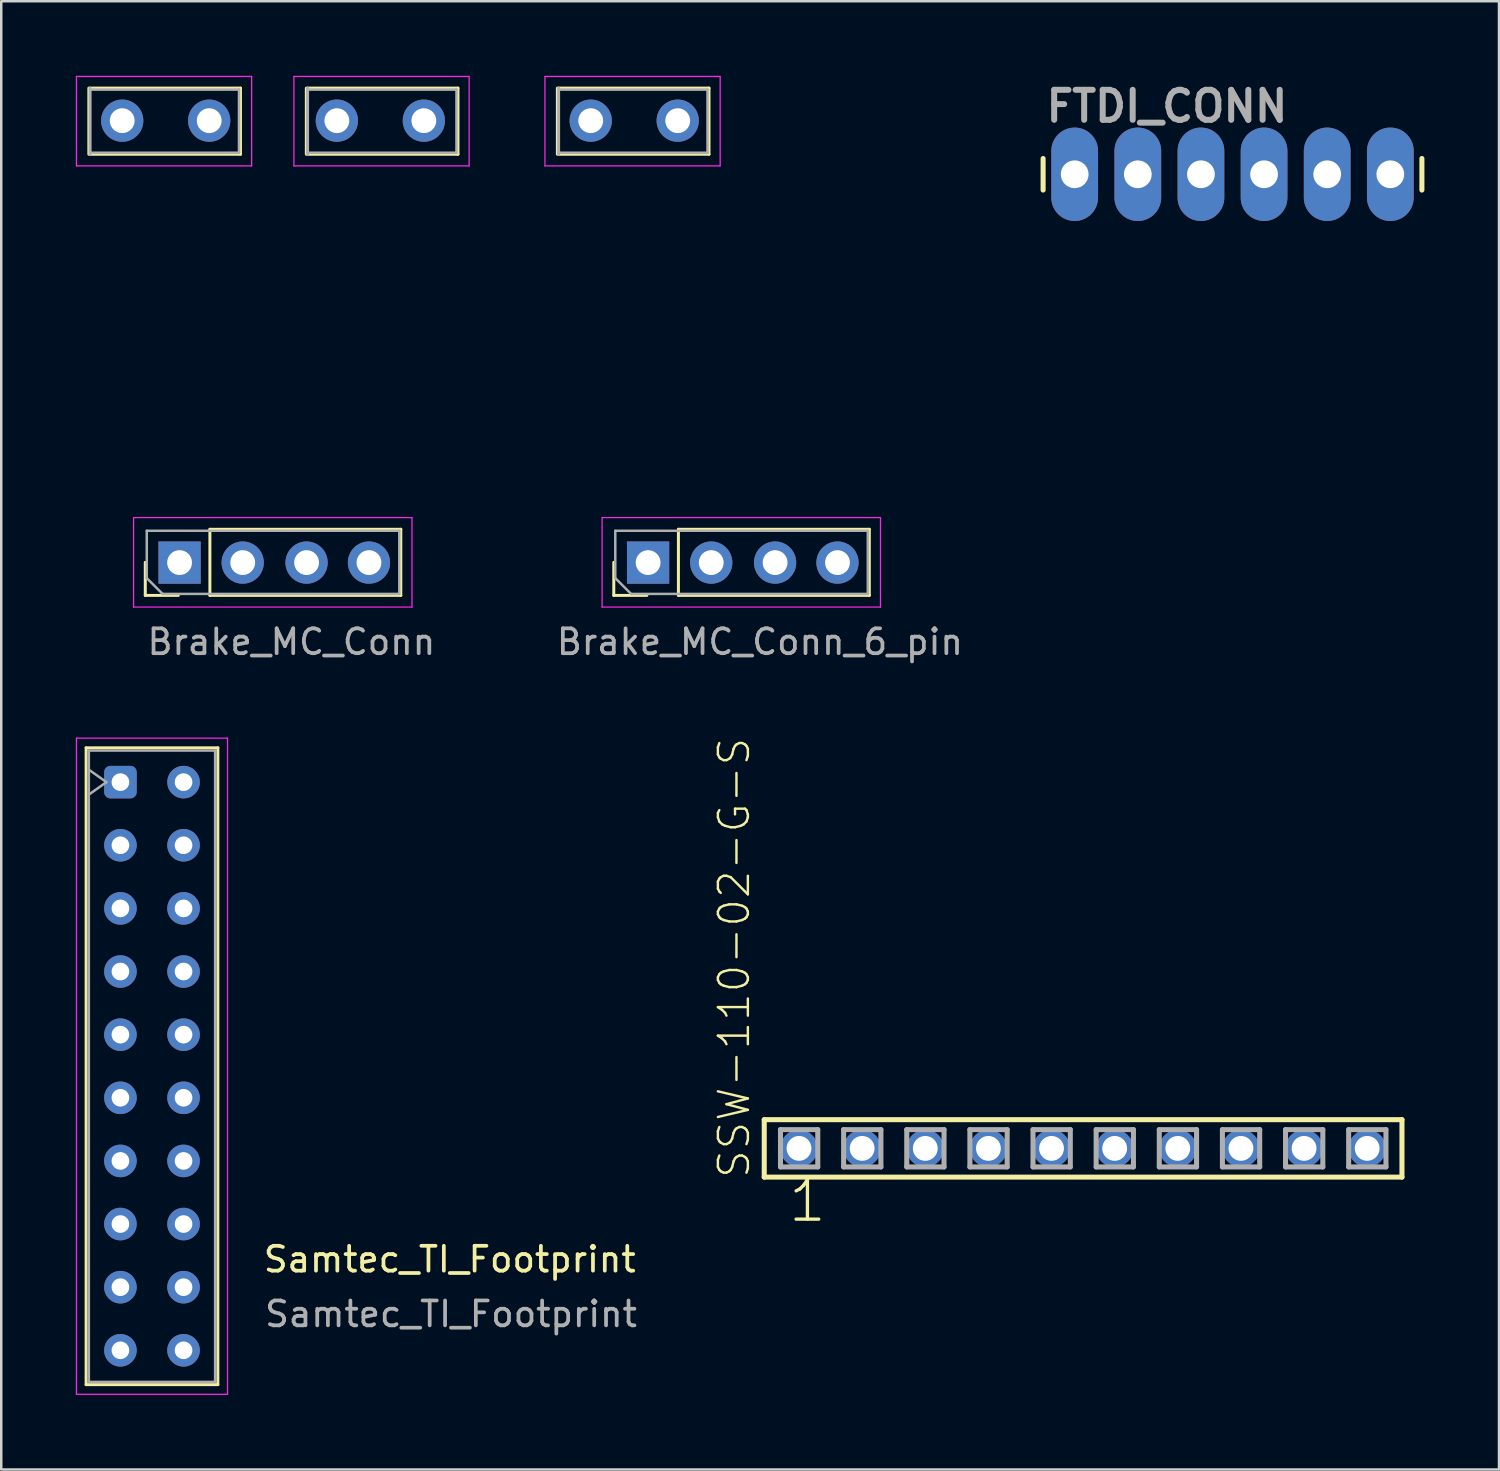
<source format=kicad_pcb>
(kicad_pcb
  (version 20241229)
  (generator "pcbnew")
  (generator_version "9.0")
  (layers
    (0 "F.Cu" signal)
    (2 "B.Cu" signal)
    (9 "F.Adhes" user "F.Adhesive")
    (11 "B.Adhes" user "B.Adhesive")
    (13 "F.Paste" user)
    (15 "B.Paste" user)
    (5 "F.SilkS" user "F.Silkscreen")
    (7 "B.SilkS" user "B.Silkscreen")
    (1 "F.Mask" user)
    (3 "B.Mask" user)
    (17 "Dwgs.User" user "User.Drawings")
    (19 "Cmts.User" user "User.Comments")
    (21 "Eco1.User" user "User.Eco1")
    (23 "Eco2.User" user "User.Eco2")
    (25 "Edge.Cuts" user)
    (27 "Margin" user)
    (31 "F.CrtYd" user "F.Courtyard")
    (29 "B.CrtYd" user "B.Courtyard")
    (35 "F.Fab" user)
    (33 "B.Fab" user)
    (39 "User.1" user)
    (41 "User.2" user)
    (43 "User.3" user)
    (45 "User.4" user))
  (footprint "SSW-110-02-G-S"
    (layer "F.Cu")
    (at 40.527 43.154)
    (property "Reference" "SSW-110-02-G-S" (at -13.335 1.27 270) (layer "F.SilkS") (effects (font (size 1.206 1.206) (thickness 0.097)) (justify left bottom)))
    (attr through_hole)
    (fp_line (start -12.829 -1.155) (end 12.829 -1.155) (stroke (width 0.203) (type solid)) (layer "F.SilkS"))
    (fp_line (start -12.829 1.155) (end -12.829 -1.155) (stroke (width 0.203) (type solid)) (layer "F.SilkS"))
    (fp_line (start 12.829 -1.155) (end 12.829 1.155) (stroke (width 0.203) (type solid)) (layer "F.SilkS"))
    (fp_line (start 12.829 1.155) (end -12.829 1.155) (stroke (width 0.203) (type solid)) (layer "F.SilkS"))
    (fp_line (start -12.175 -0.755) (end -10.675 -0.755) (stroke (width 0.203) (type solid)) (layer "F.Fab"))
    (fp_line (start -12.175 0.745) (end -12.175 -0.755) (stroke (width 0.203) (type solid)) (layer "F.Fab"))
    (fp_line (start -10.675 -0.755) (end -10.675 0.745) (stroke (width 0.203) (type solid)) (layer "F.Fab"))
    (fp_line (start -10.675 0.745) (end -12.175 0.745) (stroke (width 0.203) (type solid)) (layer "F.Fab"))
    (fp_line (start -9.635 -0.755) (end -8.135 -0.755) (stroke (width 0.203) (type solid)) (layer "F.Fab"))
    (fp_line (start -9.635 0.745) (end -9.635 -0.755) (stroke (width 0.203) (type solid)) (layer "F.Fab"))
    (fp_line (start -8.135 -0.755) (end -8.135 0.745) (stroke (width 0.203) (type solid)) (layer "F.Fab"))
    (fp_line (start -8.135 0.745) (end -9.635 0.745) (stroke (width 0.203) (type solid)) (layer "F.Fab"))
    (fp_line (start -7.095 -0.755) (end -5.595 -0.755) (stroke (width 0.203) (type solid)) (layer "F.Fab"))
    (fp_line (start -7.095 0.745) (end -7.095 -0.755) (stroke (width 0.203) (type solid)) (layer "F.Fab"))
    (fp_line (start -5.595 -0.755) (end -5.595 0.745) (stroke (width 0.203) (type solid)) (layer "F.Fab"))
    (fp_line (start -5.595 0.745) (end -7.095 0.745) (stroke (width 0.203) (type solid)) (layer "F.Fab"))
    (fp_line (start -4.555 -0.755) (end -3.055 -0.755) (stroke (width 0.203) (type solid)) (layer "F.Fab"))
    (fp_line (start -4.555 0.745) (end -4.555 -0.755) (stroke (width 0.203) (type solid)) (layer "F.Fab"))
    (fp_line (start -3.055 -0.755) (end -3.055 0.745) (stroke (width 0.203) (type solid)) (layer "F.Fab"))
    (fp_line (start -3.055 0.745) (end -4.555 0.745) (stroke (width 0.203) (type solid)) (layer "F.Fab"))
    (fp_line (start -2.015 -0.755) (end -0.515 -0.755) (stroke (width 0.203) (type solid)) (layer "F.Fab"))
    (fp_line (start -2.015 0.745) (end -2.015 -0.755) (stroke (width 0.203) (type solid)) (layer "F.Fab"))
    (fp_line (start -0.515 -0.755) (end -0.515 0.745) (stroke (width 0.203) (type solid)) (layer "F.Fab"))
    (fp_line (start -0.515 0.745) (end -2.015 0.745) (stroke (width 0.203) (type solid)) (layer "F.Fab"))
    (fp_line (start 0.525 -0.755) (end 2.025 -0.755) (stroke (width 0.203) (type solid)) (layer "F.Fab"))
    (fp_line (start 0.525 0.745) (end 0.525 -0.755) (stroke (width 0.203) (type solid)) (layer "F.Fab"))
    (fp_line (start 2.025 -0.755) (end 2.025 0.745) (stroke (width 0.203) (type solid)) (layer "F.Fab"))
    (fp_line (start 2.025 0.745) (end 0.525 0.745) (stroke (width 0.203) (type solid)) (layer "F.Fab"))
    (fp_line (start 3.065 -0.755) (end 4.565 -0.755) (stroke (width 0.203) (type solid)) (layer "F.Fab"))
    (fp_line (start 3.065 0.745) (end 3.065 -0.755) (stroke (width 0.203) (type solid)) (layer "F.Fab"))
    (fp_line (start 4.565 -0.755) (end 4.565 0.745) (stroke (width 0.203) (type solid)) (layer "F.Fab"))
    (fp_line (start 4.565 0.745) (end 3.065 0.745) (stroke (width 0.203) (type solid)) (layer "F.Fab"))
    (fp_line (start 5.605 -0.755) (end 7.105 -0.755) (stroke (width 0.203) (type solid)) (layer "F.Fab"))
    (fp_line (start 5.605 0.745) (end 5.605 -0.755) (stroke (width 0.203) (type solid)) (layer "F.Fab"))
    (fp_line (start 7.105 -0.755) (end 7.105 0.745) (stroke (width 0.203) (type solid)) (layer "F.Fab"))
    (fp_line (start 7.105 0.745) (end 5.605 0.745) (stroke (width 0.203) (type solid)) (layer "F.Fab"))
    (fp_line (start 8.145 -0.755) (end 9.645 -0.755) (stroke (width 0.203) (type solid)) (layer "F.Fab"))
    (fp_line (start 8.145 0.745) (end 8.145 -0.755) (stroke (width 0.203) (type solid)) (layer "F.Fab"))
    (fp_line (start 9.645 -0.755) (end 9.645 0.745) (stroke (width 0.203) (type solid)) (layer "F.Fab"))
    (fp_line (start 9.645 0.745) (end 8.145 0.745) (stroke (width 0.203) (type solid)) (layer "F.Fab"))
    (fp_line (start 10.685 -0.755) (end 12.185 -0.755) (stroke (width 0.203) (type solid)) (layer "F.Fab"))
    (fp_line (start 10.685 0.745) (end 10.685 -0.755) (stroke (width 0.203) (type solid)) (layer "F.Fab"))
    (fp_line (start 12.185 -0.755) (end 12.185 0.745) (stroke (width 0.203) (type solid)) (layer "F.Fab"))
    (fp_line (start 12.185 0.745) (end 10.685 0.745) (stroke (width 0.203) (type solid)) (layer "F.Fab"))
    (fp_text user "1" (at -11.938 3.048 0) (layer "F.SilkS") (effects (font (size 1.593 1.593) (thickness 0.134)) (justify left bottom)))
    (pad "1" thru_hole circle (at -11.43 0) (size 1.5 1.5) (drill 1) (layers "*.Cu" "*.Mask"))
    (pad "2" thru_hole circle (at -8.89 0) (size 1.5 1.5) (drill 1) (layers "*.Cu" "*.Mask"))
    (pad "3" thru_hole circle (at -6.35 0) (size 1.5 1.5) (drill 1) (layers "*.Cu" "*.Mask"))
    (pad "4" thru_hole circle (at -3.81 0) (size 1.5 1.5) (drill 1) (layers "*.Cu" "*.Mask"))
    (pad "5" thru_hole circle (at -1.27 0) (size 1.5 1.5) (drill 1) (layers "*.Cu" "*.Mask"))
    (pad "6" thru_hole circle (at 1.27 0) (size 1.5 1.5) (drill 1) (layers "*.Cu" "*.Mask"))
    (pad "7" thru_hole circle (at 3.81 0) (size 1.5 1.5) (drill 1) (layers "*.Cu" "*.Mask"))
    (pad "8" thru_hole circle (at 6.35 0) (size 1.5 1.5) (drill 1) (layers "*.Cu" "*.Mask"))
    (pad "9" thru_hole circle (at 8.89 0) (size 1.5 1.5) (drill 1) (layers "*.Cu" "*.Mask"))
    (pad "10" thru_hole circle (at 11.43 0) (size 1.5 1.5) (drill 1) (layers "*.Cu" "*.Mask")))
  (footprint "Brake_MC_Conn"
    (layer "F.Cu")
    (at 7.925 10.175)
    (property "Reference" "Brake_MC_Conn" (at 0.75 12.6 180) (layer "F.Fab") (effects (font (size 1 1) (thickness 0.15))))
    (attr through_hole)
    (fp_line (start -7.4 -9.68) (end -7.4 -7.02) (stroke (width 0.12) (type solid)) (layer "F.SilkS"))
    (fp_line (start -7.35 -9.68) (end -1.3 -9.68) (stroke (width 0.12) (type solid)) (layer "F.SilkS"))
    (fp_line (start -7.35 -7.02) (end -1.3 -7.02) (stroke (width 0.12) (type solid)) (layer "F.SilkS"))
    (fp_line (start -5.13 10.73) (end -5.13 9.4) (stroke (width 0.12) (type solid)) (layer "F.SilkS"))
    (fp_line (start -3.8 10.73) (end -5.13 10.73) (stroke (width 0.12) (type solid)) (layer "F.SilkS"))
    (fp_line (start -2.53 8.07) (end 5.15 8.07) (stroke (width 0.12) (type solid)) (layer "F.SilkS"))
    (fp_line (start -2.53 10.73) (end -2.53 8.07) (stroke (width 0.12) (type solid)) (layer "F.SilkS"))
    (fp_line (start -2.53 10.73) (end 5.15 10.73) (stroke (width 0.12) (type solid)) (layer "F.SilkS"))
    (fp_line (start -1.3 -7.02) (end -1.3 -9.68) (stroke (width 0.12) (type solid)) (layer "F.SilkS"))
    (fp_line (start 1.35 -9.68) (end 1.35 -7.02) (stroke (width 0.12) (type solid)) (layer "F.SilkS"))
    (fp_line (start 1.4 -9.68) (end 7.45 -9.68) (stroke (width 0.12) (type solid)) (layer "F.SilkS"))
    (fp_line (start 1.4 -7.02) (end 7.45 -7.02) (stroke (width 0.12) (type solid)) (layer "F.SilkS"))
    (fp_line (start 5.15 10.73) (end 5.15 8.07) (stroke (width 0.12) (type solid)) (layer "F.SilkS"))
    (fp_line (start 7.45 -7.02) (end 7.45 -9.68) (stroke (width 0.12) (type solid)) (layer "F.SilkS"))
    (fp_line (start -7.9 -10.15) (end -7.9 -6.55) (stroke (width 0.05) (type solid)) (layer "F.CrtYd"))
    (fp_line (start -7.9 -6.55) (end -0.85 -6.55) (stroke (width 0.05) (type solid)) (layer "F.CrtYd"))
    (fp_line (start -5.6 7.6) (end -5.6 11.2) (stroke (width 0.05) (type solid)) (layer "F.CrtYd"))
    (fp_line (start -5.6 11.2) (end 5.6 11.2) (stroke (width 0.05) (type solid)) (layer "F.CrtYd"))
    (fp_line (start -0.85 -10.15) (end -7.9 -10.15) (stroke (width 0.05) (type solid)) (layer "F.CrtYd"))
    (fp_line (start -0.85 -6.55) (end -0.85 -10.15) (stroke (width 0.05) (type solid)) (layer "F.CrtYd"))
    (fp_line (start 0.85 -10.15) (end 0.85 -6.55) (stroke (width 0.05) (type solid)) (layer "F.CrtYd"))
    (fp_line (start 0.85 -6.55) (end 7.9 -6.55) (stroke (width 0.05) (type solid)) (layer "F.CrtYd"))
    (fp_line (start 5.6 7.6) (end -5.6 7.6) (stroke (width 0.05) (type solid)) (layer "F.CrtYd"))
    (fp_line (start 5.6 11.2) (end 5.6 7.6) (stroke (width 0.05) (type solid)) (layer "F.CrtYd"))
    (fp_line (start 7.9 -10.15) (end 0.85 -10.15) (stroke (width 0.05) (type solid)) (layer "F.CrtYd"))
    (fp_line (start 7.9 -6.55) (end 7.9 -10.15) (stroke (width 0.05) (type solid)) (layer "F.CrtYd"))
    (fp_line (start -7.35 -9.68) (end -7.35 -7.02) (stroke (width 0.12) (type solid)) (layer "F.Fab"))
    (fp_line (start -7.35 -9.62) (end -1.36 -9.62) (stroke (width 0.1) (type solid)) (layer "F.Fab"))
    (fp_line (start -5.07 8.13) (end 5.09 8.13) (stroke (width 0.1) (type solid)) (layer "F.Fab"))
    (fp_line (start -5.07 10.035) (end -5.07 8.13) (stroke (width 0.1) (type solid)) (layer "F.Fab"))
    (fp_line (start -4.435 10.67) (end -5.07 10.035) (stroke (width 0.1) (type solid)) (layer "F.Fab"))
    (fp_line (start -1.36 -9.62) (end -1.36 -7.08) (stroke (width 0.1) (type solid)) (layer "F.Fab"))
    (fp_line (start -1.36 -7.08) (end -7.35 -7.08) (stroke (width 0.1) (type solid)) (layer "F.Fab"))
    (fp_line (start 1.4 -9.68) (end 1.4 -7.02) (stroke (width 0.12) (type solid)) (layer "F.Fab"))
    (fp_line (start 1.4 -9.62) (end 7.39 -9.62) (stroke (width 0.1) (type solid)) (layer "F.Fab"))
    (fp_line (start 5.09 8.13) (end 5.09 10.67) (stroke (width 0.1) (type solid)) (layer "F.Fab"))
    (fp_line (start 5.09 10.67) (end -4.435 10.67) (stroke (width 0.1) (type solid)) (layer "F.Fab"))
    (fp_line (start 7.39 -9.62) (end 7.39 -7.08) (stroke (width 0.1) (type solid)) (layer "F.Fab"))
    (fp_line (start 7.39 -7.08) (end 1.4 -7.08) (stroke (width 0.1) (type solid)) (layer "F.Fab"))
    (pad "1" thru_hole rect (at -3.75 9.41 90) (size 1.7 1.7) (drill 1) (layers "*.Cu" "*.Mask"))
    (pad "2" thru_hole circle (at -1.21 9.41 90) (size 1.7 1.7) (drill 1) (layers "*.Cu" "*.Mask"))
    (pad "3" thru_hole circle (at 1.36 9.41 90) (size 1.7 1.7) (drill 1) (layers "*.Cu" "*.Mask"))
    (pad "4" thru_hole circle (at 3.87 9.41 90) (size 1.7 1.7) (drill 1) (layers "*.Cu" "*.Mask"))
    (pad "5" thru_hole circle (at -6.058 -8.37 90) (size 1.7 1.7) (drill 1) (layers "*.Cu" "*.Mask"))
    (pad "6" thru_hole circle (at -2.558 -8.37 90) (size 1.7 1.7) (drill 1) (layers "*.Cu" "*.Mask"))
    (pad "7" thru_hole circle (at 2.578 -8.37 90) (size 1.7 1.7) (drill 1) (layers "*.Cu" "*.Mask"))
    (pad "8" thru_hole circle (at 6.078 -8.37 90) (size 1.7 1.7) (drill 1) (layers "*.Cu" "*.Mask")))
  (footprint "Samtec_TI_Footprint"
    (layer "F.Cu")
    (at 13.745 44.368)
    (property "Reference" "Samtec_TI_Footprint" (at 1.3 3.25 0) (layer "F.SilkS") (effects (font (size 1 1) (thickness 0.15))))
    (attr through_hole)
    (fp_line (start -13.33 -17.33) (end -13.33 8.29) (stroke (width 0.12) (type solid)) (layer "F.SilkS"))
    (fp_line (start -13.33 8.29) (end -8.03 8.29) (stroke (width 0.12) (type solid)) (layer "F.SilkS"))
    (fp_line (start -8.03 -17.33) (end -13.33 -17.33) (stroke (width 0.12) (type solid)) (layer "F.SilkS"))
    (fp_line (start -8.03 8.29) (end -8.03 -17.33) (stroke (width 0.12) (type solid)) (layer "F.SilkS"))
    (fp_line (start -13.72 -17.72) (end -13.72 8.68) (stroke (width 0.05) (type solid)) (layer "F.CrtYd"))
    (fp_line (start -13.72 8.68) (end -7.64 8.68) (stroke (width 0.05) (type solid)) (layer "F.CrtYd"))
    (fp_line (start -7.64 -17.72) (end -13.72 -17.72) (stroke (width 0.05) (type solid)) (layer "F.CrtYd"))
    (fp_line (start -7.64 8.68) (end -7.64 -17.72) (stroke (width 0.05) (type solid)) (layer "F.CrtYd"))
    (fp_line (start -13.22 -17.22) (end -13.22 8.18) (stroke (width 0.1) (type solid)) (layer "F.Fab"))
    (fp_line (start -13.22 -16.45) (end -12.513 -15.95) (stroke (width 0.1) (type solid)) (layer "F.Fab"))
    (fp_line (start -13.22 8.18) (end -8.14 8.18) (stroke (width 0.1) (type solid)) (layer "F.Fab"))
    (fp_line (start -12.513 -15.95) (end -13.22 -15.45) (stroke (width 0.1) (type solid)) (layer "F.Fab"))
    (fp_line (start -8.14 -17.22) (end -13.22 -17.22) (stroke (width 0.1) (type solid)) (layer "F.Fab"))
    (fp_line (start -8.14 8.18) (end -8.14 -17.22) (stroke (width 0.1) (type solid)) (layer "F.Fab"))
    (fp_text user "${REFERENCE}" (at 1.35 5.45 0) (layer "F.Fab") (effects (font (size 1 1) (thickness 0.15))))
    (pad "1" thru_hole roundrect (at -11.95 -15.95 90) (size 1.31 1.31) (drill 0.71) (layers "*.Cu" "*.Mask") (roundrect_rratio 0.191))
    (pad "2" thru_hole circle (at -9.41 -15.95 90) (size 1.31 1.31) (drill 0.71) (layers "*.Cu" "*.Mask"))
    (pad "3" thru_hole circle (at -11.95 -13.41 90) (size 1.31 1.31) (drill 0.71) (layers "*.Cu" "*.Mask"))
    (pad "4" thru_hole circle (at -9.41 -13.41 90) (size 1.31 1.31) (drill 0.71) (layers "*.Cu" "*.Mask"))
    (pad "5" thru_hole circle (at -11.95 -10.87 90) (size 1.31 1.31) (drill 0.71) (layers "*.Cu" "*.Mask"))
    (pad "6" thru_hole circle (at -9.41 -10.87 90) (size 1.31 1.31) (drill 0.71) (layers "*.Cu" "*.Mask"))
    (pad "7" thru_hole circle (at -11.95 -8.33 90) (size 1.31 1.31) (drill 0.71) (layers "*.Cu" "*.Mask"))
    (pad "8" thru_hole circle (at -9.41 -8.33 90) (size 1.31 1.31) (drill 0.71) (layers "*.Cu" "*.Mask"))
    (pad "9" thru_hole circle (at -11.95 -5.79 90) (size 1.31 1.31) (drill 0.71) (layers "*.Cu" "*.Mask"))
    (pad "10" thru_hole circle (at -9.41 -5.79 90) (size 1.31 1.31) (drill 0.71) (layers "*.Cu" "*.Mask"))
    (pad "11" thru_hole circle (at -11.95 -3.25 90) (size 1.31 1.31) (drill 0.71) (layers "*.Cu" "*.Mask"))
    (pad "12" thru_hole circle (at -9.41 -3.25 90) (size 1.31 1.31) (drill 0.71) (layers "*.Cu" "*.Mask"))
    (pad "13" thru_hole circle (at -11.95 -0.71 90) (size 1.31 1.31) (drill 0.71) (layers "*.Cu" "*.Mask"))
    (pad "14" thru_hole circle (at -9.41 -0.71 90) (size 1.31 1.31) (drill 0.71) (layers "*.Cu" "*.Mask"))
    (pad "15" thru_hole circle (at -11.95 1.83 90) (size 1.31 1.31) (drill 0.71) (layers "*.Cu" "*.Mask"))
    (pad "16" thru_hole circle (at -9.41 1.83 90) (size 1.31 1.31) (drill 0.71) (layers "*.Cu" "*.Mask"))
    (pad "17" thru_hole circle (at -11.95 4.37 90) (size 1.31 1.31) (drill 0.71) (layers "*.Cu" "*.Mask"))
    (pad "18" thru_hole circle (at -9.41 4.37 90) (size 1.31 1.31) (drill 0.71) (layers "*.Cu" "*.Mask"))
    (pad "19" thru_hole circle (at -11.95 6.91 90) (size 1.31 1.31) (drill 0.71) (layers "*.Cu" "*.Mask"))
    (pad "20" thru_hole circle (at -9.41 6.91 90) (size 1.31 1.31) (drill 0.71) (layers "*.Cu" "*.Mask")))
  (footprint "FTDI_CONN"
    (layer "F.Cu")
    (at 40.188 3.962)
    (property "Reference" "FTDI_CONN" (at -1.27 -2.032 180) (layer "F.Fab") (effects (font (size 1.206 1.206) (thickness 0.241)) (justify left bottom)))
    (attr through_hole)
    (fp_line (start -1.27 -0.635) (end -1.27 0.635) (stroke (width 0.203) (type solid)) (layer "F.SilkS"))
    (fp_line (start 13.97 -0.635) (end 13.97 0.635) (stroke (width 0.203) (type solid)) (layer "F.SilkS"))
    (fp_poly (pts (xy -0.254 0.254) (xy 0.254 0.254) (xy 0.254 -0.254) (xy -0.254 -0.254)) (stroke (width 0.1) (type solid)) (fill no) (layer "F.Fab"))
    (fp_poly (pts (xy 2.286 0.254) (xy 2.794 0.254) (xy 2.794 -0.254) (xy 2.286 -0.254)) (stroke (width 0.1) (type solid)) (fill no) (layer "F.Fab"))
    (fp_poly (pts (xy 4.826 0.254) (xy 5.334 0.254) (xy 5.334 -0.254) (xy 4.826 -0.254)) (stroke (width 0.1) (type solid)) (fill no) (layer "F.Fab"))
    (fp_poly (pts (xy 7.366 0.254) (xy 7.874 0.254) (xy 7.874 -0.254) (xy 7.366 -0.254)) (stroke (width 0.1) (type solid)) (fill no) (layer "F.Fab"))
    (fp_poly (pts (xy 9.906 0.254) (xy 10.414 0.254) (xy 10.414 -0.254) (xy 9.906 -0.254)) (stroke (width 0.1) (type solid)) (fill no) (layer "F.Fab"))
    (fp_poly (pts (xy 12.446 0.254) (xy 12.954 0.254) (xy 12.954 -0.254) (xy 12.446 -0.254)) (stroke (width 0.1) (type solid)) (fill no) (layer "F.Fab"))
    (pad "1" thru_hole oval (at 0 0 90) (size 3.759 1.88) (drill 1.118) (layers "*.Cu" "*.Mask"))
    (pad "2" thru_hole oval (at 2.54 0 90) (size 3.759 1.88) (drill 1.118) (layers "*.Cu" "*.Mask"))
    (pad "3" thru_hole oval (at 5.08 0 90) (size 3.759 1.88) (drill 1.118) (layers "*.Cu" "*.Mask"))
    (pad "4" thru_hole oval (at 7.62 0 90) (size 3.759 1.88) (drill 1.118) (layers "*.Cu" "*.Mask"))
    (pad "5" thru_hole oval (at 10.16 0 90) (size 3.759 1.88) (drill 1.118) (layers "*.Cu" "*.Mask"))
    (pad "6" thru_hole oval (at 12.7 0 90) (size 3.759 1.88) (drill 1.118) (layers "*.Cu" "*.Mask")))
  (footprint "Brake_MC_Conn_6_pin"
    (layer "F.Cu")
    (at 26.775 10.175)
    (property "Reference" "Brake_MC_Conn_6_pin" (at 0.75 12.6 180) (layer "F.Fab") (effects (font (size 1 1) (thickness 0.15))))
    (attr through_hole)
    (fp_line (start -7.4 -9.68) (end -7.4 -7.02) (stroke (width 0.12) (type solid)) (layer "F.SilkS"))
    (fp_line (start -7.35 -9.68) (end -1.3 -9.68) (stroke (width 0.12) (type solid)) (layer "F.SilkS"))
    (fp_line (start -7.35 -7.02) (end -1.3 -7.02) (stroke (width 0.12) (type solid)) (layer "F.SilkS"))
    (fp_line (start -5.13 10.73) (end -5.13 9.4) (stroke (width 0.12) (type solid)) (layer "F.SilkS"))
    (fp_line (start -3.8 10.73) (end -5.13 10.73) (stroke (width 0.12) (type solid)) (layer "F.SilkS"))
    (fp_line (start -2.53 8.07) (end 5.15 8.07) (stroke (width 0.12) (type solid)) (layer "F.SilkS"))
    (fp_line (start -2.53 10.73) (end -2.53 8.07) (stroke (width 0.12) (type solid)) (layer "F.SilkS"))
    (fp_line (start -2.53 10.73) (end 5.15 10.73) (stroke (width 0.12) (type solid)) (layer "F.SilkS"))
    (fp_line (start -1.3 -7.02) (end -1.3 -9.68) (stroke (width 0.12) (type solid)) (layer "F.SilkS"))
    (fp_line (start 5.15 10.73) (end 5.15 8.07) (stroke (width 0.12) (type solid)) (layer "F.SilkS"))
    (fp_line (start -7.9 -10.15) (end -7.9 -6.55) (stroke (width 0.05) (type solid)) (layer "F.CrtYd"))
    (fp_line (start -7.9 -6.55) (end -0.85 -6.55) (stroke (width 0.05) (type solid)) (layer "F.CrtYd"))
    (fp_line (start -5.6 7.6) (end -5.6 11.2) (stroke (width 0.05) (type solid)) (layer "F.CrtYd"))
    (fp_line (start -5.6 11.2) (end 5.6 11.2) (stroke (width 0.05) (type solid)) (layer "F.CrtYd"))
    (fp_line (start -0.85 -10.15) (end -7.9 -10.15) (stroke (width 0.05) (type solid)) (layer "F.CrtYd"))
    (fp_line (start -0.85 -6.55) (end -0.85 -10.15) (stroke (width 0.05) (type solid)) (layer "F.CrtYd"))
    (fp_line (start 5.6 7.6) (end -5.6 7.6) (stroke (width 0.05) (type solid)) (layer "F.CrtYd"))
    (fp_line (start 5.6 11.2) (end 5.6 7.6) (stroke (width 0.05) (type solid)) (layer "F.CrtYd"))
    (fp_line (start -7.35 -9.68) (end -7.35 -7.02) (stroke (width 0.12) (type solid)) (layer "F.Fab"))
    (fp_line (start -7.35 -9.62) (end -1.36 -9.62) (stroke (width 0.1) (type solid)) (layer "F.Fab"))
    (fp_line (start -5.07 8.13) (end 5.09 8.13) (stroke (width 0.1) (type solid)) (layer "F.Fab"))
    (fp_line (start -5.07 10.035) (end -5.07 8.13) (stroke (width 0.1) (type solid)) (layer "F.Fab"))
    (fp_line (start -4.435 10.67) (end -5.07 10.035) (stroke (width 0.1) (type solid)) (layer "F.Fab"))
    (fp_line (start -1.36 -9.62) (end -1.36 -7.08) (stroke (width 0.1) (type solid)) (layer "F.Fab"))
    (fp_line (start -1.36 -7.08) (end -7.35 -7.08) (stroke (width 0.1) (type solid)) (layer "F.Fab"))
    (fp_line (start 5.09 8.13) (end 5.09 10.67) (stroke (width 0.1) (type solid)) (layer "F.Fab"))
    (fp_line (start 5.09 10.67) (end -4.435 10.67) (stroke (width 0.1) (type solid)) (layer "F.Fab"))
    (pad "1" thru_hole rect (at -3.75 9.41 90) (size 1.7 1.7) (drill 1) (layers "*.Cu" "*.Mask"))
    (pad "2" thru_hole circle (at -1.21 9.41 90) (size 1.7 1.7) (drill 1) (layers "*.Cu" "*.Mask"))
    (pad "3" thru_hole circle (at 1.36 9.41 90) (size 1.7 1.7) (drill 1) (layers "*.Cu" "*.Mask"))
    (pad "4" thru_hole circle (at 3.87 9.41 90) (size 1.7 1.7) (drill 1) (layers "*.Cu" "*.Mask"))
    (pad "5" thru_hole circle (at -6.058 -8.37 90) (size 1.7 1.7) (drill 1) (layers "*.Cu" "*.Mask"))
    (pad "6" thru_hole circle (at -2.558 -8.37 90) (size 1.7 1.7) (drill 1) (layers "*.Cu" "*.Mask")))
  (gr_rect
    (start -3 -3)
    (end 57.26 56.073)
    (stroke (width 0.1) (type default))
    (fill no)
    (layer "Edge.Cuts")))
</source>
